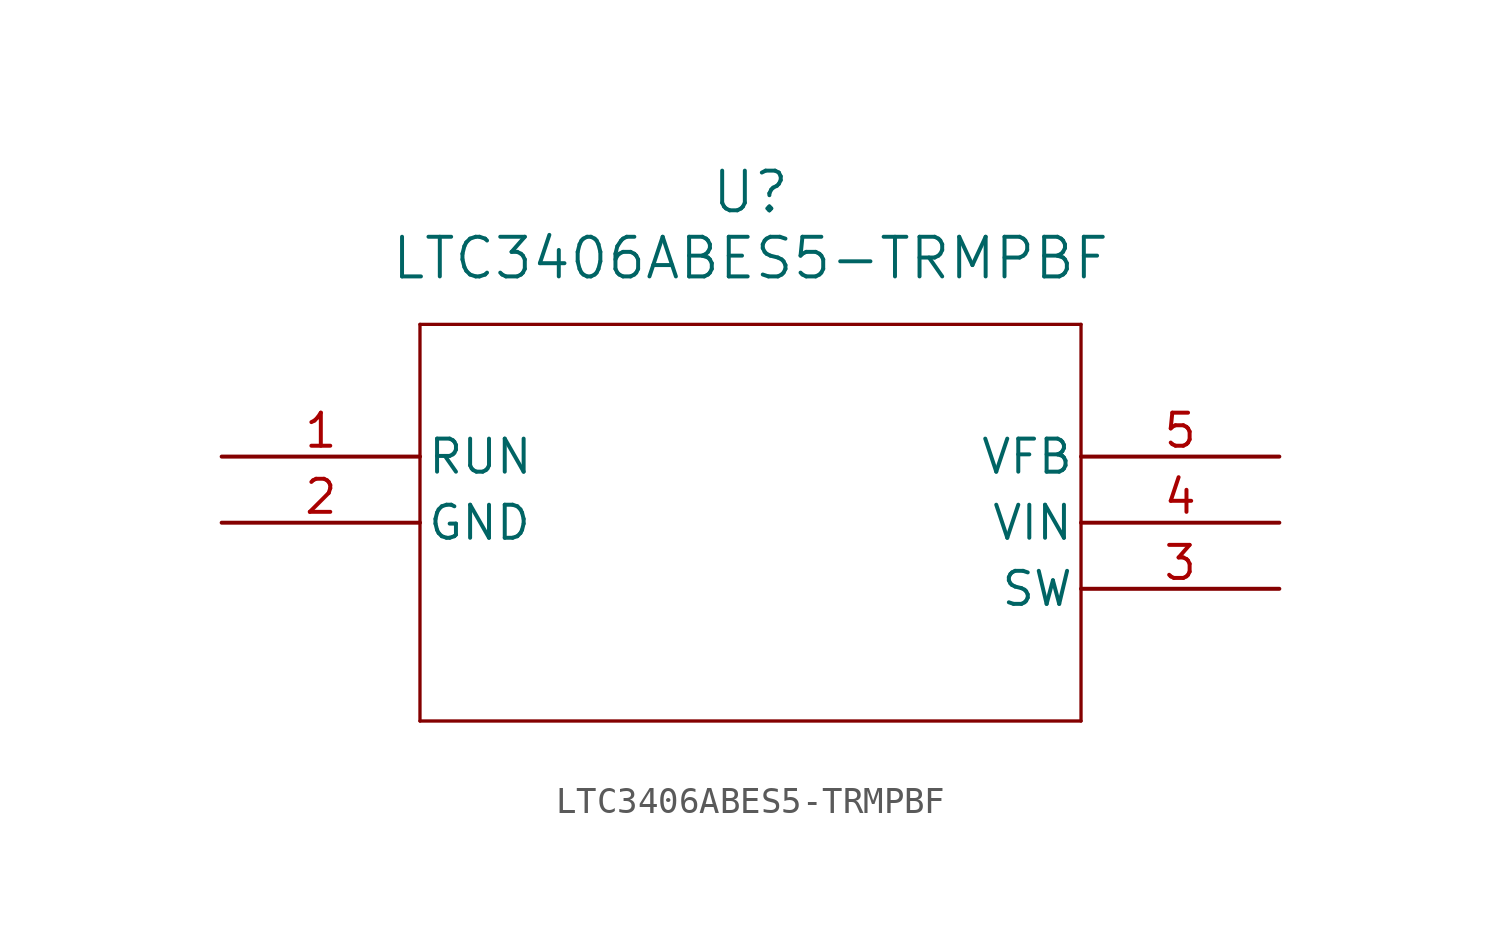
<source format=kicad_sym>
(kicad_symbol_lib
  (version 20211014)
  (generator kicad_symbol_editor)
  (symbol "LTC3406ABES5-TRMPBF"
    (pin_names
      (offset 0.254))
    (property "Reference" "U"
      (at 20.32 10.16 0)
      (effects (font (size 1.524 1.524))))
    (property "Value" "LTC3406ABES5-TRMPBF"
      (at 20.32 7.62 0)
      (effects (font (size 1.524 1.524))))
    (symbol "LTC3406ABES5-TRMPBF_0_1"
      (polyline (pts (xy 7.62 5.08) (xy 7.62 -10.16)) (stroke (width 0.127) (type default) (color 0 0 0 0)) (fill (type none)))
      (polyline (pts (xy 7.62 -10.16) (xy 33.02 -10.16)) (stroke (width 0.127) (type default) (color 0 0 0 0)) (fill (type none)))
      (polyline (pts (xy 33.02 -10.16) (xy 33.02 5.08)) (stroke (width 0.127) (type default) (color 0 0 0 0)) (fill (type none)))
      (polyline (pts (xy 33.02 5.08) (xy 7.62 5.08)) (stroke (width 0.127) (type default) (color 0 0 0 0)) (fill (type none)))
      (pin input line (at 0 0 0) (length 7.62) (name "RUN" (effects (font (size 1.27 1.27)))) (number "1" (effects (font (size 1.27 1.27)))))
      (pin power_out line (at 0 -2.54 0) (length 7.62) (name "GND" (effects (font (size 1.27 1.27)))) (number "2" (effects (font (size 1.27 1.27)))))
      (pin unspecified line (at 40.64 -5.08 180) (length 7.62) (name "SW" (effects (font (size 1.27 1.27)))) (number "3" (effects (font (size 1.27 1.27)))))
      (pin input line (at 40.64 -2.54 180) (length 7.62) (name "VIN" (effects (font (size 1.27 1.27)))) (number "4" (effects (font (size 1.27 1.27)))))
      (pin output line (at 40.64 0 180) (length 7.62) (name "VFB" (effects (font (size 1.27 1.27)))) (number "5" (effects (font (size 1.27 1.27))))))))
</source>
